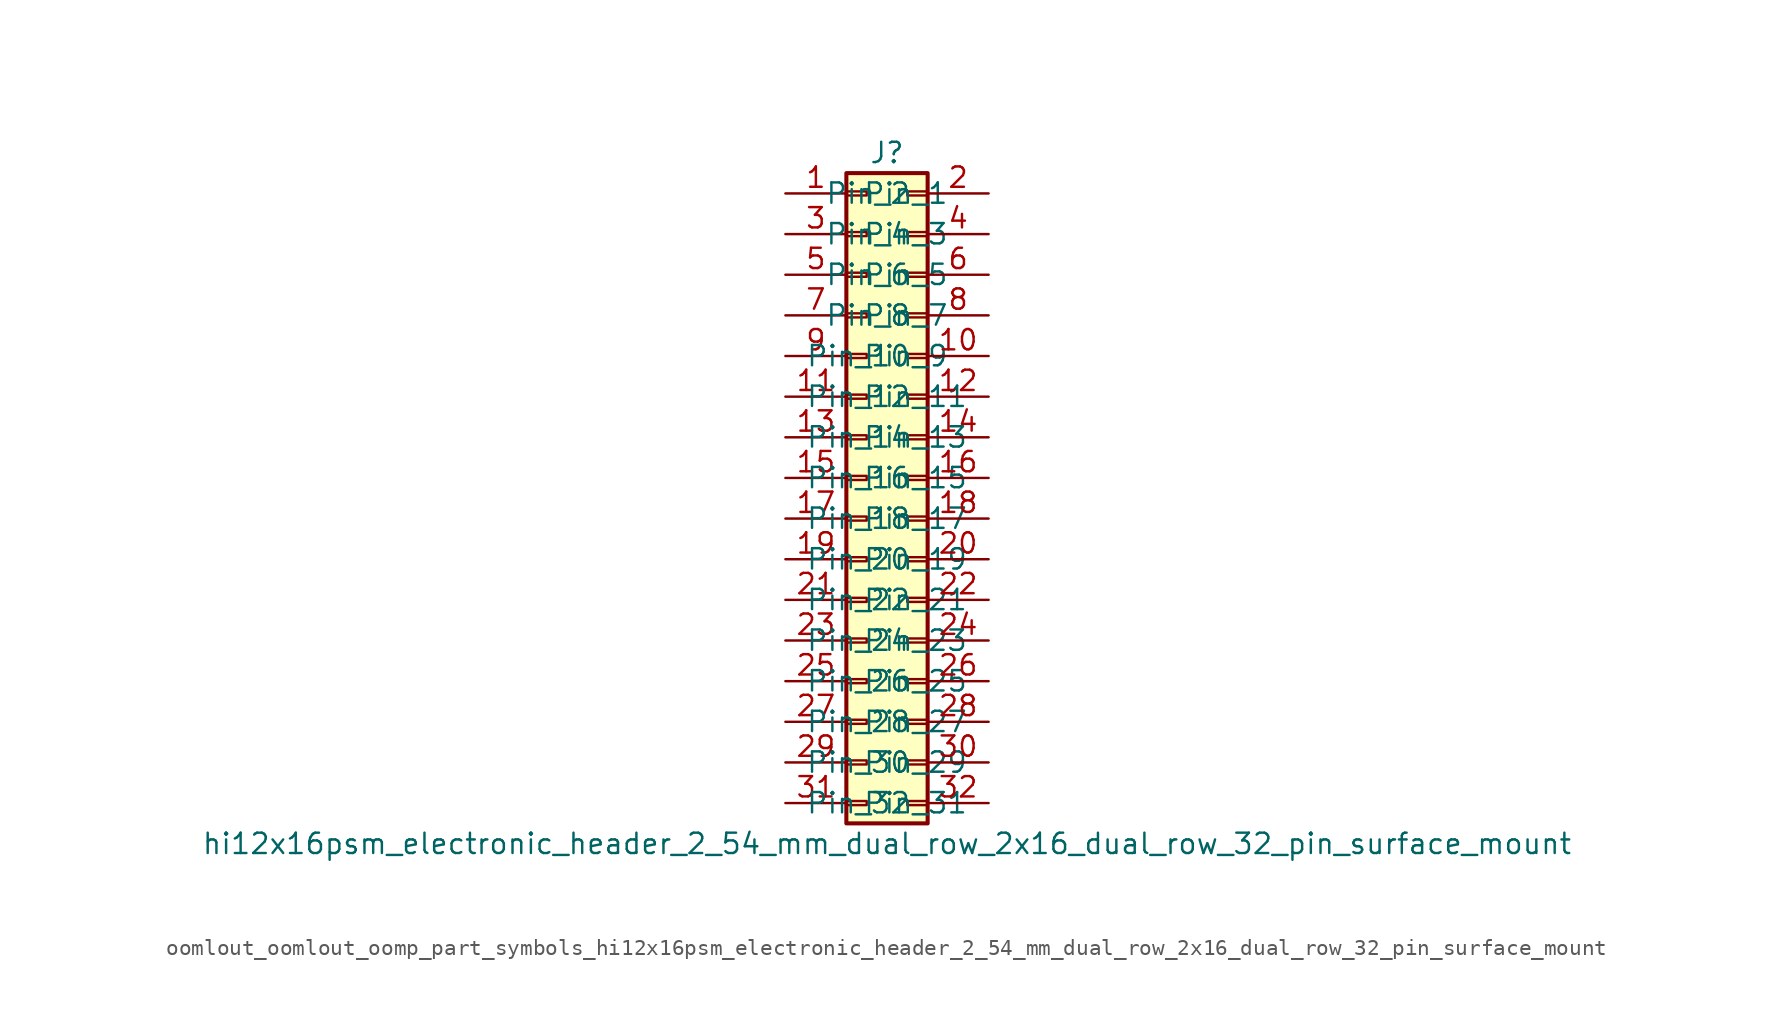
<source format=kicad_sym>
(kicad_symbol_lib
  (version 20220914)
  (generator kicad_symbol_editor)
  (symbol "oomlout_oomlout_oomp_part_symbols_hi12x16psm_electronic_header_2_54_mm_dual_row_2x16_dual_row_32_pin_surface_mount"
    (pin_names
      (offset 1.016))
    (property "Reference" "J"
      (at 1.27 20.32 0)
      (effects (font (size 1.27 1.27))))
    (property "Value" "hi12x16psm_electronic_header_2_54_mm_dual_row_2x16_dual_row_32_pin_surface_mount"
      (at 1.27 -22.86 0)
      (effects (font (size 1.27 1.27))))
    (symbol "oomlout_oomlout_oomp_part_symbols_hi12x16psm_electronic_header_2_54_mm_dual_row_2x16_dual_row_32_pin_surface_mount_1_1"
      (rectangle (start -1.27 -20.193) (end 0 -20.447) (stroke (width 0.152) (type default)) (fill (type none)))
      (rectangle (start -1.27 -17.653) (end 0 -17.907) (stroke (width 0.152) (type default)) (fill (type none)))
      (rectangle (start -1.27 -15.113) (end 0 -15.367) (stroke (width 0.152) (type default)) (fill (type none)))
      (rectangle (start -1.27 -12.573) (end 0 -12.827) (stroke (width 0.152) (type default)) (fill (type none)))
      (rectangle (start -1.27 -10.033) (end 0 -10.287) (stroke (width 0.152) (type default)) (fill (type none)))
      (rectangle (start -1.27 -7.493) (end 0 -7.747) (stroke (width 0.152) (type default)) (fill (type none)))
      (rectangle (start -1.27 -4.953) (end 0 -5.207) (stroke (width 0.152) (type default)) (fill (type none)))
      (rectangle (start -1.27 -2.413) (end 0 -2.667) (stroke (width 0.152) (type default)) (fill (type none)))
      (rectangle (start -1.27 0.127) (end 0 -0.127) (stroke (width 0.152) (type default)) (fill (type none)))
      (rectangle (start -1.27 2.667) (end 0 2.413) (stroke (width 0.152) (type default)) (fill (type none)))
      (rectangle (start -1.27 5.207) (end 0 4.953) (stroke (width 0.152) (type default)) (fill (type none)))
      (rectangle (start -1.27 7.747) (end 0 7.493) (stroke (width 0.152) (type default)) (fill (type none)))
      (rectangle (start -1.27 10.287) (end 0 10.033) (stroke (width 0.152) (type default)) (fill (type none)))
      (rectangle (start -1.27 12.827) (end 0 12.573) (stroke (width 0.152) (type default)) (fill (type none)))
      (rectangle (start -1.27 15.367) (end 0 15.113) (stroke (width 0.152) (type default)) (fill (type none)))
      (rectangle (start -1.27 17.907) (end 0 17.653) (stroke (width 0.152) (type default)) (fill (type none)))
      (rectangle (start -1.27 19.05) (end 3.81 -21.59) (stroke (width 0.254) (type default)) (fill (type background)))
      (rectangle (start 3.81 -20.193) (end 2.54 -20.447) (stroke (width 0.152) (type default)) (fill (type none)))
      (rectangle (start 3.81 -17.653) (end 2.54 -17.907) (stroke (width 0.152) (type default)) (fill (type none)))
      (rectangle (start 3.81 -15.113) (end 2.54 -15.367) (stroke (width 0.152) (type default)) (fill (type none)))
      (rectangle (start 3.81 -12.573) (end 2.54 -12.827) (stroke (width 0.152) (type default)) (fill (type none)))
      (rectangle (start 3.81 -10.033) (end 2.54 -10.287) (stroke (width 0.152) (type default)) (fill (type none)))
      (rectangle (start 3.81 -7.493) (end 2.54 -7.747) (stroke (width 0.152) (type default)) (fill (type none)))
      (rectangle (start 3.81 -4.953) (end 2.54 -5.207) (stroke (width 0.152) (type default)) (fill (type none)))
      (rectangle (start 3.81 -2.413) (end 2.54 -2.667) (stroke (width 0.152) (type default)) (fill (type none)))
      (rectangle (start 3.81 0.127) (end 2.54 -0.127) (stroke (width 0.152) (type default)) (fill (type none)))
      (rectangle (start 3.81 2.667) (end 2.54 2.413) (stroke (width 0.152) (type default)) (fill (type none)))
      (rectangle (start 3.81 5.207) (end 2.54 4.953) (stroke (width 0.152) (type default)) (fill (type none)))
      (rectangle (start 3.81 7.747) (end 2.54 7.493) (stroke (width 0.152) (type default)) (fill (type none)))
      (rectangle (start 3.81 10.287) (end 2.54 10.033) (stroke (width 0.152) (type default)) (fill (type none)))
      (rectangle (start 3.81 12.827) (end 2.54 12.573) (stroke (width 0.152) (type default)) (fill (type none)))
      (rectangle (start 3.81 15.367) (end 2.54 15.113) (stroke (width 0.152) (type default)) (fill (type none)))
      (rectangle (start 3.81 17.907) (end 2.54 17.653) (stroke (width 0.152) (type default)) (fill (type none)))
      (pin passive line (at -5.08 17.78 0) (length 3.81) (name "Pin_1" (effects (font (size 1.27 1.27)))) (number "1" (effects (font (size 1.27 1.27)))))
      (pin passive line (at 7.62 7.62 180) (length 3.81) (name "Pin_10" (effects (font (size 1.27 1.27)))) (number "10" (effects (font (size 1.27 1.27)))))
      (pin passive line (at -5.08 5.08 0) (length 3.81) (name "Pin_11" (effects (font (size 1.27 1.27)))) (number "11" (effects (font (size 1.27 1.27)))))
      (pin passive line (at 7.62 5.08 180) (length 3.81) (name "Pin_12" (effects (font (size 1.27 1.27)))) (number "12" (effects (font (size 1.27 1.27)))))
      (pin passive line (at -5.08 2.54 0) (length 3.81) (name "Pin_13" (effects (font (size 1.27 1.27)))) (number "13" (effects (font (size 1.27 1.27)))))
      (pin passive line (at 7.62 2.54 180) (length 3.81) (name "Pin_14" (effects (font (size 1.27 1.27)))) (number "14" (effects (font (size 1.27 1.27)))))
      (pin passive line (at -5.08 0 0) (length 3.81) (name "Pin_15" (effects (font (size 1.27 1.27)))) (number "15" (effects (font (size 1.27 1.27)))))
      (pin passive line (at 7.62 0 180) (length 3.81) (name "Pin_16" (effects (font (size 1.27 1.27)))) (number "16" (effects (font (size 1.27 1.27)))))
      (pin passive line (at -5.08 -2.54 0) (length 3.81) (name "Pin_17" (effects (font (size 1.27 1.27)))) (number "17" (effects (font (size 1.27 1.27)))))
      (pin passive line (at 7.62 -2.54 180) (length 3.81) (name "Pin_18" (effects (font (size 1.27 1.27)))) (number "18" (effects (font (size 1.27 1.27)))))
      (pin passive line (at -5.08 -5.08 0) (length 3.81) (name "Pin_19" (effects (font (size 1.27 1.27)))) (number "19" (effects (font (size 1.27 1.27)))))
      (pin passive line (at 7.62 17.78 180) (length 3.81) (name "Pin_2" (effects (font (size 1.27 1.27)))) (number "2" (effects (font (size 1.27 1.27)))))
      (pin passive line (at 7.62 -5.08 180) (length 3.81) (name "Pin_20" (effects (font (size 1.27 1.27)))) (number "20" (effects (font (size 1.27 1.27)))))
      (pin passive line (at -5.08 -7.62 0) (length 3.81) (name "Pin_21" (effects (font (size 1.27 1.27)))) (number "21" (effects (font (size 1.27 1.27)))))
      (pin passive line (at 7.62 -7.62 180) (length 3.81) (name "Pin_22" (effects (font (size 1.27 1.27)))) (number "22" (effects (font (size 1.27 1.27)))))
      (pin passive line (at -5.08 -10.16 0) (length 3.81) (name "Pin_23" (effects (font (size 1.27 1.27)))) (number "23" (effects (font (size 1.27 1.27)))))
      (pin passive line (at 7.62 -10.16 180) (length 3.81) (name "Pin_24" (effects (font (size 1.27 1.27)))) (number "24" (effects (font (size 1.27 1.27)))))
      (pin passive line (at -5.08 -12.7 0) (length 3.81) (name "Pin_25" (effects (font (size 1.27 1.27)))) (number "25" (effects (font (size 1.27 1.27)))))
      (pin passive line (at 7.62 -12.7 180) (length 3.81) (name "Pin_26" (effects (font (size 1.27 1.27)))) (number "26" (effects (font (size 1.27 1.27)))))
      (pin passive line (at -5.08 -15.24 0) (length 3.81) (name "Pin_27" (effects (font (size 1.27 1.27)))) (number "27" (effects (font (size 1.27 1.27)))))
      (pin passive line (at 7.62 -15.24 180) (length 3.81) (name "Pin_28" (effects (font (size 1.27 1.27)))) (number "28" (effects (font (size 1.27 1.27)))))
      (pin passive line (at -5.08 -17.78 0) (length 3.81) (name "Pin_29" (effects (font (size 1.27 1.27)))) (number "29" (effects (font (size 1.27 1.27)))))
      (pin passive line (at -5.08 15.24 0) (length 3.81) (name "Pin_3" (effects (font (size 1.27 1.27)))) (number "3" (effects (font (size 1.27 1.27)))))
      (pin passive line (at 7.62 -17.78 180) (length 3.81) (name "Pin_30" (effects (font (size 1.27 1.27)))) (number "30" (effects (font (size 1.27 1.27)))))
      (pin passive line (at -5.08 -20.32 0) (length 3.81) (name "Pin_31" (effects (font (size 1.27 1.27)))) (number "31" (effects (font (size 1.27 1.27)))))
      (pin passive line (at 7.62 -20.32 180) (length 3.81) (name "Pin_32" (effects (font (size 1.27 1.27)))) (number "32" (effects (font (size 1.27 1.27)))))
      (pin passive line (at 7.62 15.24 180) (length 3.81) (name "Pin_4" (effects (font (size 1.27 1.27)))) (number "4" (effects (font (size 1.27 1.27)))))
      (pin passive line (at -5.08 12.7 0) (length 3.81) (name "Pin_5" (effects (font (size 1.27 1.27)))) (number "5" (effects (font (size 1.27 1.27)))))
      (pin passive line (at 7.62 12.7 180) (length 3.81) (name "Pin_6" (effects (font (size 1.27 1.27)))) (number "6" (effects (font (size 1.27 1.27)))))
      (pin passive line (at -5.08 10.16 0) (length 3.81) (name "Pin_7" (effects (font (size 1.27 1.27)))) (number "7" (effects (font (size 1.27 1.27)))))
      (pin passive line (at 7.62 10.16 180) (length 3.81) (name "Pin_8" (effects (font (size 1.27 1.27)))) (number "8" (effects (font (size 1.27 1.27)))))
      (pin passive line (at -5.08 7.62 0) (length 3.81) (name "Pin_9" (effects (font (size 1.27 1.27)))) (number "9" (effects (font (size 1.27 1.27))))))))
</source>
